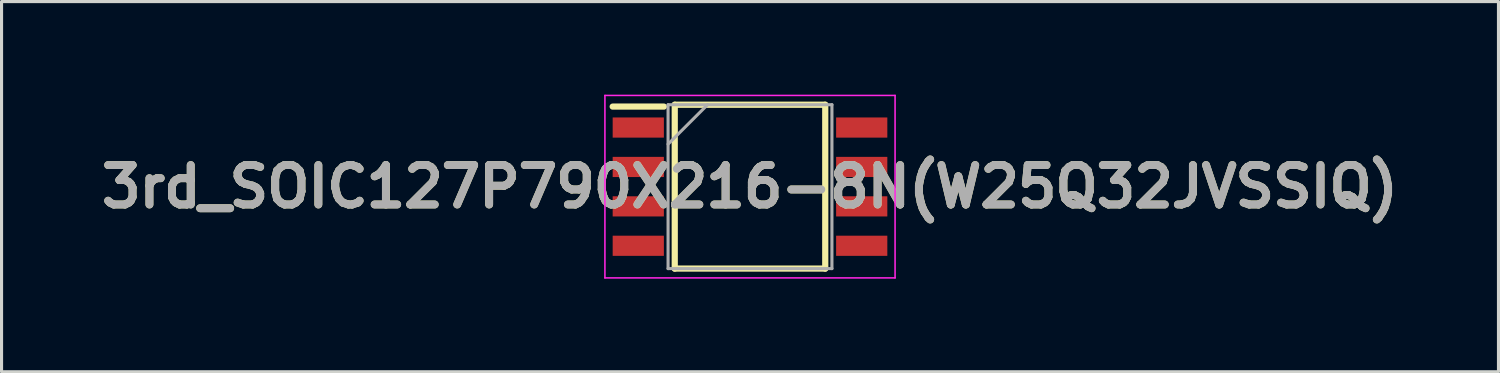
<source format=kicad_pcb>
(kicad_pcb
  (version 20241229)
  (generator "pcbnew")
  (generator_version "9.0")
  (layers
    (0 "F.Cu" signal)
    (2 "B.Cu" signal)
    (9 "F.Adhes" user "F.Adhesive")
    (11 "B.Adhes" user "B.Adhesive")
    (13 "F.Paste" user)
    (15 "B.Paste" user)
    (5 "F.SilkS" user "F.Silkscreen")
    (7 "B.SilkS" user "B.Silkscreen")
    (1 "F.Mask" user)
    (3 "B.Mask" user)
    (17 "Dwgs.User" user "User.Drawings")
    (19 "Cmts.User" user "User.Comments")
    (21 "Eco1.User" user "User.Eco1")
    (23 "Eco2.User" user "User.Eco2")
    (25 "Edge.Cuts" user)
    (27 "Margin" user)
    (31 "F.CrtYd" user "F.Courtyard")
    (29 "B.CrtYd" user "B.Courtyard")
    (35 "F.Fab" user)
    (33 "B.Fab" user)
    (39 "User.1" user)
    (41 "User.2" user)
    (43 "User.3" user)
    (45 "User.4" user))
  (footprint "3rd_SOIC127P790X216-8N(W25Q32JVSSIQ)"
    (layer "F.Cu")
    (at 21.118 2.965)
    (property "Reference" "3rd_SOIC127P790X216-8N(W25Q32JVSSIQ)" (at 0 0 0) (layer "F.SilkS") (effects (font (size 1.27 1.27) (thickness 0.254))))
    (attr smd)
    (fp_line (start -4.425 -2.58) (end -2.775 -2.58) (stroke (width 0.2) (type solid)) (layer "F.SilkS"))
    (fp_line (start -2.425 -2.64) (end 2.425 -2.64) (stroke (width 0.2) (type solid)) (layer "F.SilkS"))
    (fp_line (start -2.425 2.64) (end -2.425 -2.64) (stroke (width 0.2) (type solid)) (layer "F.SilkS"))
    (fp_line (start 2.425 -2.64) (end 2.425 2.64) (stroke (width 0.2) (type solid)) (layer "F.SilkS"))
    (fp_line (start 2.425 2.64) (end -2.425 2.64) (stroke (width 0.2) (type solid)) (layer "F.SilkS"))
    (fp_line (start -4.675 -2.94) (end 4.675 -2.94) (stroke (width 0.05) (type solid)) (layer "F.CrtYd"))
    (fp_line (start -4.675 2.94) (end -4.675 -2.94) (stroke (width 0.05) (type solid)) (layer "F.CrtYd"))
    (fp_line (start 4.675 -2.94) (end 4.675 2.94) (stroke (width 0.05) (type solid)) (layer "F.CrtYd"))
    (fp_line (start 4.675 2.94) (end -4.675 2.94) (stroke (width 0.05) (type solid)) (layer "F.CrtYd"))
    (fp_line (start -2.64 -2.64) (end 2.64 -2.64) (stroke (width 0.1) (type solid)) (layer "F.Fab"))
    (fp_line (start -2.64 -1.37) (end -1.37 -2.64) (stroke (width 0.1) (type solid)) (layer "F.Fab"))
    (fp_line (start -2.64 2.64) (end -2.64 -2.64) (stroke (width 0.1) (type solid)) (layer "F.Fab"))
    (fp_line (start 2.64 -2.64) (end 2.64 2.64) (stroke (width 0.1) (type solid)) (layer "F.Fab"))
    (fp_line (start 2.64 2.64) (end -2.64 2.64) (stroke (width 0.1) (type solid)) (layer "F.Fab"))
    (fp_text user "${REFERENCE}" (at 0 0 0) (layer "F.Fab") (effects (font (size 1.27 1.27) (thickness 0.254))))
    (pad "1" smd rect (at -3.6 -1.905 90) (size 0.65 1.65) (layers "F.Cu" "F.Mask" "F.Paste"))
    (pad "2" smd rect (at -3.6 -0.635 90) (size 0.65 1.65) (layers "F.Cu" "F.Mask" "F.Paste"))
    (pad "3" smd rect (at -3.6 0.635 90) (size 0.65 1.65) (layers "F.Cu" "F.Mask" "F.Paste"))
    (pad "4" smd rect (at -3.6 1.905 90) (size 0.65 1.65) (layers "F.Cu" "F.Mask" "F.Paste"))
    (pad "5" smd rect (at 3.6 1.905 90) (size 0.65 1.65) (layers "F.Cu" "F.Mask" "F.Paste"))
    (pad "6" smd rect (at 3.6 0.635 90) (size 0.65 1.65) (layers "F.Cu" "F.Mask" "F.Paste"))
    (pad "7" smd rect (at 3.6 -0.635 90) (size 0.65 1.65) (layers "F.Cu" "F.Mask" "F.Paste"))
    (pad "8" smd rect (at 3.6 -1.905 90) (size 0.65 1.65) (layers "F.Cu" "F.Mask" "F.Paste")))
  (gr_rect
    (start -3 -3)
    (end 45.237 8.93)
    (stroke (width 0.1) (type default))
    (fill no)
    (layer "Edge.Cuts")))
</source>
